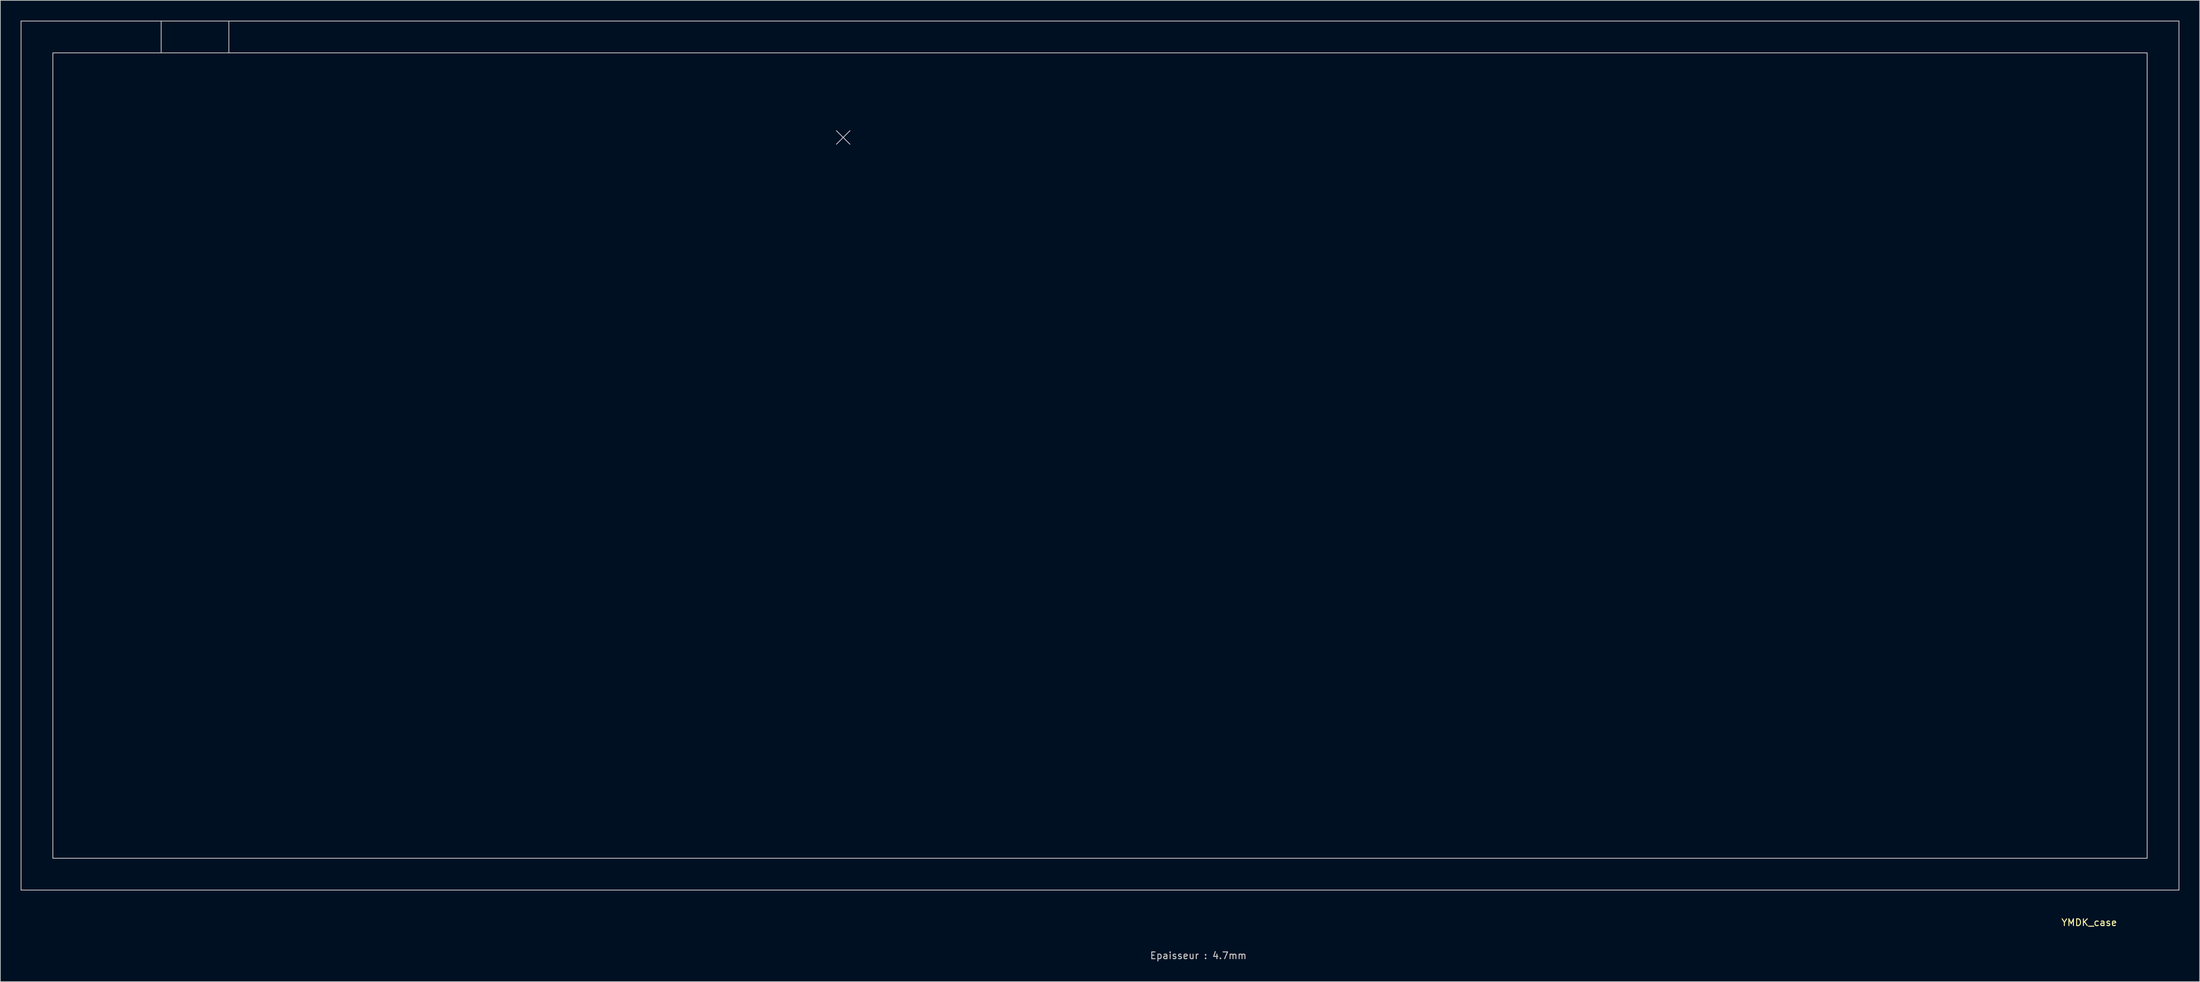
<source format=kicad_pcb>
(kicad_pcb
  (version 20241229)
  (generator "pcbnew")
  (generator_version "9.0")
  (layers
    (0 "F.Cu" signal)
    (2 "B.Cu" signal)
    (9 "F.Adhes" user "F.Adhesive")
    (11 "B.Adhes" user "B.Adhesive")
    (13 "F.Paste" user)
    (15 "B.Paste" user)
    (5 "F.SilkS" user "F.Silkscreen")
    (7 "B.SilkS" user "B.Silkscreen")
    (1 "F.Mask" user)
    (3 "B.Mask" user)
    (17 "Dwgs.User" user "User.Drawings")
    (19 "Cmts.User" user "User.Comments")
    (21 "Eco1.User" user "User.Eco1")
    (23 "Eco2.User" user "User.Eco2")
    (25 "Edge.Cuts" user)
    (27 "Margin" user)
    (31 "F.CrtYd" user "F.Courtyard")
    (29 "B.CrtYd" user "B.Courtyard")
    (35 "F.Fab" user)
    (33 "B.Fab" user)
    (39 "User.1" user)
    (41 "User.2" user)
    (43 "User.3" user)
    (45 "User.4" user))
  (footprint "YMDK_case"
    (layer "F.Cu")
    (at 121.52 17.26)
    (property "Reference" "YMDK_case" (at 184.08 115.99 0) (layer "F.SilkS") (effects (font (size 1 1) (thickness 0.15))))
    (attr through_hole)
    (fp_line (start -121.46 -17.2) (end -121.46 111.2) (stroke (width 0.12) (type solid)) (layer "Dwgs.User"))
    (fp_line (start -121.46 -17.2) (end 197.34 -17.2) (stroke (width 0.12) (type solid)) (layer "Dwgs.User"))
    (fp_line (start -121.46 111.2) (end 197.34 111.2) (stroke (width 0.12) (type solid)) (layer "Dwgs.User"))
    (fp_line (start -116.76 -12.5) (end -116.76 106.5) (stroke (width 0.12) (type solid)) (layer "Dwgs.User"))
    (fp_line (start -116.76 -12.5) (end 192.64 -12.5) (stroke (width 0.12) (type solid)) (layer "Dwgs.User"))
    (fp_line (start -116.76 106.5) (end 192.64 106.5) (stroke (width 0.12) (type solid)) (layer "Dwgs.User"))
    (fp_line (start -100.76 -17.2) (end -100.76 -12.5) (stroke (width 0.12) (type solid)) (layer "Dwgs.User"))
    (fp_line (start -90.76 -17.2) (end -90.76 -12.5) (stroke (width 0.12) (type solid)) (layer "Dwgs.User"))
    (fp_line (start -1 -1) (end 1 1) (stroke (width 0.12) (type solid)) (layer "Dwgs.User"))
    (fp_line (start -1 1) (end 1 -1) (stroke (width 0.12) (type solid)) (layer "Dwgs.User"))
    (fp_line (start 192.64 -12.5) (end 192.64 106.5) (stroke (width 0.12) (type solid)) (layer "Dwgs.User"))
    (fp_line (start 197.34 -17.2) (end 197.34 111.2) (stroke (width 0.12) (type solid)) (layer "Dwgs.User"))
    (fp_text user "Epaisseur : 4.7mm" (at 52.47 120.88 0) (layer "Dwgs.User") (effects (font (size 1 1) (thickness 0.15)))))
  (gr_rect
    (start -3 -3)
    (end 321.92 141.988)
    (stroke (width 0.1) (type default))
    (fill no)
    (layer "Edge.Cuts")))
</source>
